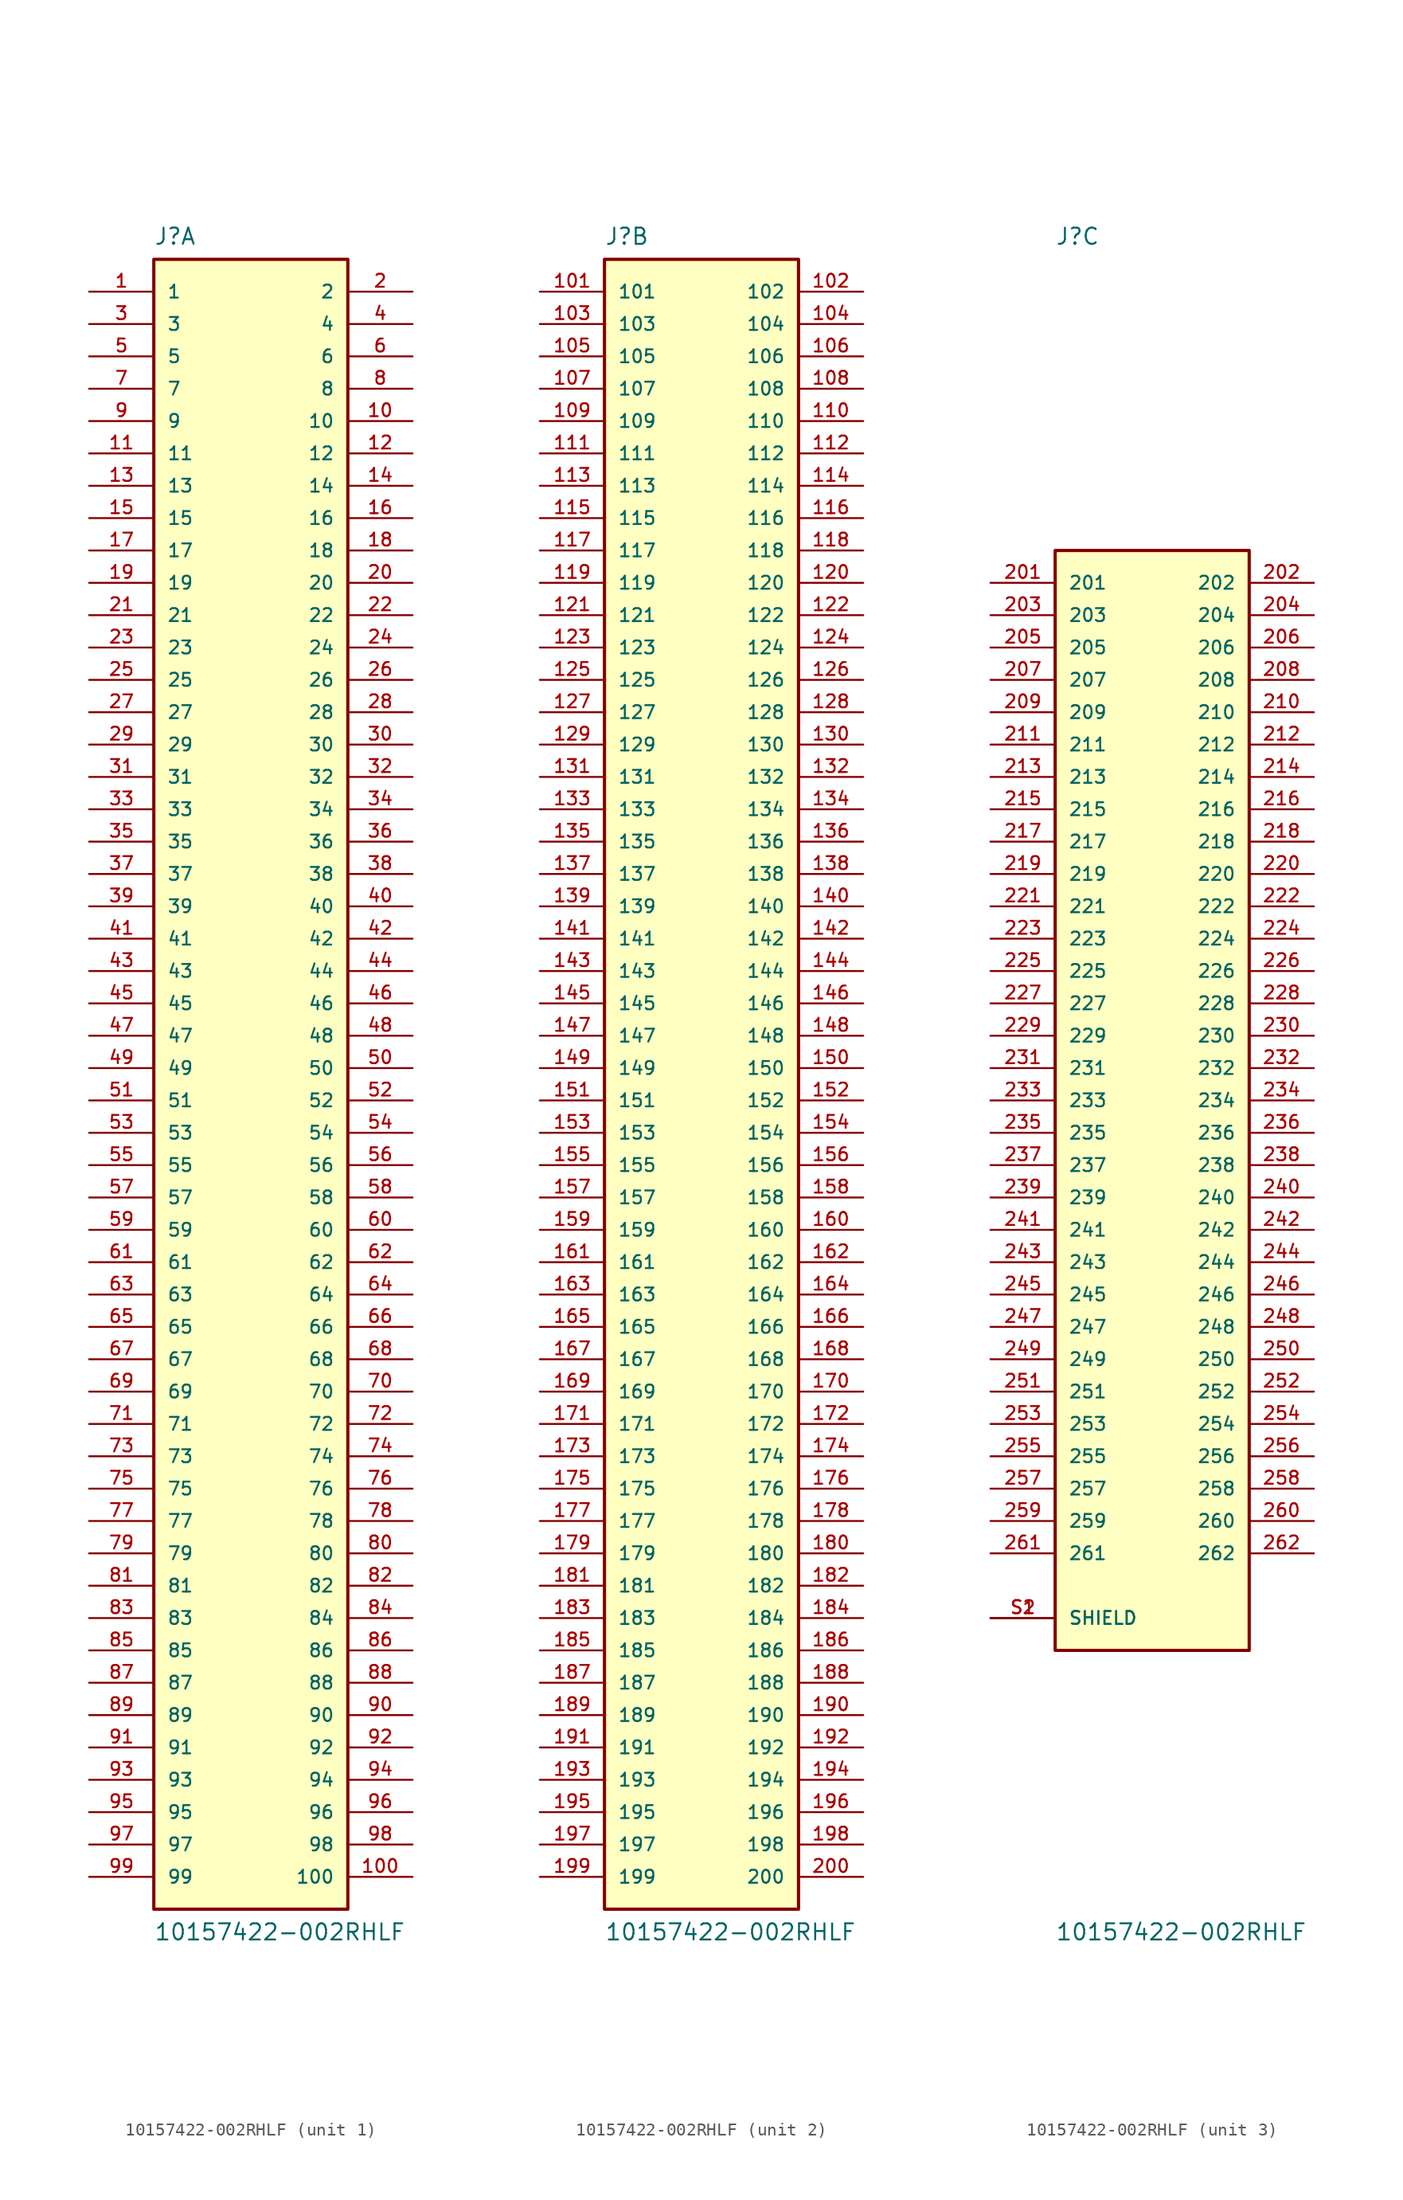
<source format=kicad_sym>
(kicad_symbol_lib
  (version 20211014)
  (generator kicad_symbol_editor)
  (symbol "10157422-002RHLF"
    (pin_names
      (offset 1.016))
    (property "Reference" "J"
      (at -7.62 68.58 0)
      (effects (font (size 1.27 1.27)) (justify top left)))
    (property "Value" "10157422-002RHLF"
      (at -7.62 -66.04 0)
      (effects (font (size 1.27 1.27)) (justify bottom left)))
    (symbol "10157422-002RHLF_1_0"
      (rectangle (start -7.62 -63.5) (end 7.62 66.04) (stroke (width 0.254)) (fill (type background)))
      (pin passive line (at -12.7 63.5 0) (length 5.08) (name "1" (effects (font (size 1.016 1.016)))) (number "1" (effects (font (size 1.016 1.016)))))
      (pin passive line (at 12.7 63.5 180.0) (length 5.08) (name "2" (effects (font (size 1.016 1.016)))) (number "2" (effects (font (size 1.016 1.016)))))
      (pin passive line (at -12.7 60.96 0) (length 5.08) (name "3" (effects (font (size 1.016 1.016)))) (number "3" (effects (font (size 1.016 1.016)))))
      (pin passive line (at 12.7 60.96 180.0) (length 5.08) (name "4" (effects (font (size 1.016 1.016)))) (number "4" (effects (font (size 1.016 1.016)))))
      (pin passive line (at -12.7 58.42 0) (length 5.08) (name "5" (effects (font (size 1.016 1.016)))) (number "5" (effects (font (size 1.016 1.016)))))
      (pin passive line (at 12.7 58.42 180.0) (length 5.08) (name "6" (effects (font (size 1.016 1.016)))) (number "6" (effects (font (size 1.016 1.016)))))
      (pin passive line (at -12.7 55.88 0) (length 5.08) (name "7" (effects (font (size 1.016 1.016)))) (number "7" (effects (font (size 1.016 1.016)))))
      (pin passive line (at 12.7 55.88 180.0) (length 5.08) (name "8" (effects (font (size 1.016 1.016)))) (number "8" (effects (font (size 1.016 1.016)))))
      (pin passive line (at -12.7 53.34 0) (length 5.08) (name "9" (effects (font (size 1.016 1.016)))) (number "9" (effects (font (size 1.016 1.016)))))
      (pin passive line (at 12.7 53.34 180.0) (length 5.08) (name "10" (effects (font (size 1.016 1.016)))) (number "10" (effects (font (size 1.016 1.016)))))
      (pin passive line (at -12.7 50.8 0) (length 5.08) (name "11" (effects (font (size 1.016 1.016)))) (number "11" (effects (font (size 1.016 1.016)))))
      (pin passive line (at 12.7 50.8 180.0) (length 5.08) (name "12" (effects (font (size 1.016 1.016)))) (number "12" (effects (font (size 1.016 1.016)))))
      (pin passive line (at -12.7 48.26 0) (length 5.08) (name "13" (effects (font (size 1.016 1.016)))) (number "13" (effects (font (size 1.016 1.016)))))
      (pin passive line (at 12.7 48.26 180.0) (length 5.08) (name "14" (effects (font (size 1.016 1.016)))) (number "14" (effects (font (size 1.016 1.016)))))
      (pin passive line (at -12.7 45.72 0) (length 5.08) (name "15" (effects (font (size 1.016 1.016)))) (number "15" (effects (font (size 1.016 1.016)))))
      (pin passive line (at 12.7 45.72 180.0) (length 5.08) (name "16" (effects (font (size 1.016 1.016)))) (number "16" (effects (font (size 1.016 1.016)))))
      (pin passive line (at -12.7 43.18 0) (length 5.08) (name "17" (effects (font (size 1.016 1.016)))) (number "17" (effects (font (size 1.016 1.016)))))
      (pin passive line (at 12.7 43.18 180.0) (length 5.08) (name "18" (effects (font (size 1.016 1.016)))) (number "18" (effects (font (size 1.016 1.016)))))
      (pin passive line (at -12.7 40.64 0) (length 5.08) (name "19" (effects (font (size 1.016 1.016)))) (number "19" (effects (font (size 1.016 1.016)))))
      (pin passive line (at 12.7 40.64 180.0) (length 5.08) (name "20" (effects (font (size 1.016 1.016)))) (number "20" (effects (font (size 1.016 1.016)))))
      (pin passive line (at -12.7 38.1 0) (length 5.08) (name "21" (effects (font (size 1.016 1.016)))) (number "21" (effects (font (size 1.016 1.016)))))
      (pin passive line (at 12.7 38.1 180.0) (length 5.08) (name "22" (effects (font (size 1.016 1.016)))) (number "22" (effects (font (size 1.016 1.016)))))
      (pin passive line (at -12.7 35.56 0) (length 5.08) (name "23" (effects (font (size 1.016 1.016)))) (number "23" (effects (font (size 1.016 1.016)))))
      (pin passive line (at 12.7 35.56 180.0) (length 5.08) (name "24" (effects (font (size 1.016 1.016)))) (number "24" (effects (font (size 1.016 1.016)))))
      (pin passive line (at -12.7 33.02 0) (length 5.08) (name "25" (effects (font (size 1.016 1.016)))) (number "25" (effects (font (size 1.016 1.016)))))
      (pin passive line (at 12.7 33.02 180.0) (length 5.08) (name "26" (effects (font (size 1.016 1.016)))) (number "26" (effects (font (size 1.016 1.016)))))
      (pin passive line (at -12.7 30.48 0) (length 5.08) (name "27" (effects (font (size 1.016 1.016)))) (number "27" (effects (font (size 1.016 1.016)))))
      (pin passive line (at 12.7 30.48 180.0) (length 5.08) (name "28" (effects (font (size 1.016 1.016)))) (number "28" (effects (font (size 1.016 1.016)))))
      (pin passive line (at -12.7 27.94 0) (length 5.08) (name "29" (effects (font (size 1.016 1.016)))) (number "29" (effects (font (size 1.016 1.016)))))
      (pin passive line (at 12.7 27.94 180.0) (length 5.08) (name "30" (effects (font (size 1.016 1.016)))) (number "30" (effects (font (size 1.016 1.016)))))
      (pin passive line (at -12.7 25.4 0) (length 5.08) (name "31" (effects (font (size 1.016 1.016)))) (number "31" (effects (font (size 1.016 1.016)))))
      (pin passive line (at 12.7 25.4 180.0) (length 5.08) (name "32" (effects (font (size 1.016 1.016)))) (number "32" (effects (font (size 1.016 1.016)))))
      (pin passive line (at -12.7 22.86 0) (length 5.08) (name "33" (effects (font (size 1.016 1.016)))) (number "33" (effects (font (size 1.016 1.016)))))
      (pin passive line (at 12.7 22.86 180.0) (length 5.08) (name "34" (effects (font (size 1.016 1.016)))) (number "34" (effects (font (size 1.016 1.016)))))
      (pin passive line (at -12.7 20.32 0) (length 5.08) (name "35" (effects (font (size 1.016 1.016)))) (number "35" (effects (font (size 1.016 1.016)))))
      (pin passive line (at 12.7 20.32 180.0) (length 5.08) (name "36" (effects (font (size 1.016 1.016)))) (number "36" (effects (font (size 1.016 1.016)))))
      (pin passive line (at -12.7 17.78 0) (length 5.08) (name "37" (effects (font (size 1.016 1.016)))) (number "37" (effects (font (size 1.016 1.016)))))
      (pin passive line (at 12.7 17.78 180.0) (length 5.08) (name "38" (effects (font (size 1.016 1.016)))) (number "38" (effects (font (size 1.016 1.016)))))
      (pin passive line (at -12.7 15.24 0) (length 5.08) (name "39" (effects (font (size 1.016 1.016)))) (number "39" (effects (font (size 1.016 1.016)))))
      (pin passive line (at 12.7 15.24 180.0) (length 5.08) (name "40" (effects (font (size 1.016 1.016)))) (number "40" (effects (font (size 1.016 1.016)))))
      (pin passive line (at -12.7 12.7 0) (length 5.08) (name "41" (effects (font (size 1.016 1.016)))) (number "41" (effects (font (size 1.016 1.016)))))
      (pin passive line (at 12.7 12.7 180.0) (length 5.08) (name "42" (effects (font (size 1.016 1.016)))) (number "42" (effects (font (size 1.016 1.016)))))
      (pin passive line (at -12.7 10.16 0) (length 5.08) (name "43" (effects (font (size 1.016 1.016)))) (number "43" (effects (font (size 1.016 1.016)))))
      (pin passive line (at 12.7 10.16 180.0) (length 5.08) (name "44" (effects (font (size 1.016 1.016)))) (number "44" (effects (font (size 1.016 1.016)))))
      (pin passive line (at -12.7 7.62 0) (length 5.08) (name "45" (effects (font (size 1.016 1.016)))) (number "45" (effects (font (size 1.016 1.016)))))
      (pin passive line (at 12.7 7.62 180.0) (length 5.08) (name "46" (effects (font (size 1.016 1.016)))) (number "46" (effects (font (size 1.016 1.016)))))
      (pin passive line (at -12.7 5.08 0) (length 5.08) (name "47" (effects (font (size 1.016 1.016)))) (number "47" (effects (font (size 1.016 1.016)))))
      (pin passive line (at 12.7 5.08 180.0) (length 5.08) (name "48" (effects (font (size 1.016 1.016)))) (number "48" (effects (font (size 1.016 1.016)))))
      (pin passive line (at -12.7 2.54 0) (length 5.08) (name "49" (effects (font (size 1.016 1.016)))) (number "49" (effects (font (size 1.016 1.016)))))
      (pin passive line (at 12.7 2.54 180.0) (length 5.08) (name "50" (effects (font (size 1.016 1.016)))) (number "50" (effects (font (size 1.016 1.016)))))
      (pin passive line (at -12.7 0.0 0) (length 5.08) (name "51" (effects (font (size 1.016 1.016)))) (number "51" (effects (font (size 1.016 1.016)))))
      (pin passive line (at 12.7 0.0 180.0) (length 5.08) (name "52" (effects (font (size 1.016 1.016)))) (number "52" (effects (font (size 1.016 1.016)))))
      (pin passive line (at -12.7 -2.54 0) (length 5.08) (name "53" (effects (font (size 1.016 1.016)))) (number "53" (effects (font (size 1.016 1.016)))))
      (pin passive line (at 12.7 -2.54 180.0) (length 5.08) (name "54" (effects (font (size 1.016 1.016)))) (number "54" (effects (font (size 1.016 1.016)))))
      (pin passive line (at -12.7 -5.08 0) (length 5.08) (name "55" (effects (font (size 1.016 1.016)))) (number "55" (effects (font (size 1.016 1.016)))))
      (pin passive line (at 12.7 -5.08 180.0) (length 5.08) (name "56" (effects (font (size 1.016 1.016)))) (number "56" (effects (font (size 1.016 1.016)))))
      (pin passive line (at -12.7 -7.62 0) (length 5.08) (name "57" (effects (font (size 1.016 1.016)))) (number "57" (effects (font (size 1.016 1.016)))))
      (pin passive line (at 12.7 -7.62 180.0) (length 5.08) (name "58" (effects (font (size 1.016 1.016)))) (number "58" (effects (font (size 1.016 1.016)))))
      (pin passive line (at -12.7 -10.16 0) (length 5.08) (name "59" (effects (font (size 1.016 1.016)))) (number "59" (effects (font (size 1.016 1.016)))))
      (pin passive line (at 12.7 -10.16 180.0) (length 5.08) (name "60" (effects (font (size 1.016 1.016)))) (number "60" (effects (font (size 1.016 1.016)))))
      (pin passive line (at -12.7 -12.7 0) (length 5.08) (name "61" (effects (font (size 1.016 1.016)))) (number "61" (effects (font (size 1.016 1.016)))))
      (pin passive line (at 12.7 -12.7 180.0) (length 5.08) (name "62" (effects (font (size 1.016 1.016)))) (number "62" (effects (font (size 1.016 1.016)))))
      (pin passive line (at -12.7 -15.24 0) (length 5.08) (name "63" (effects (font (size 1.016 1.016)))) (number "63" (effects (font (size 1.016 1.016)))))
      (pin passive line (at 12.7 -15.24 180.0) (length 5.08) (name "64" (effects (font (size 1.016 1.016)))) (number "64" (effects (font (size 1.016 1.016)))))
      (pin passive line (at -12.7 -17.78 0) (length 5.08) (name "65" (effects (font (size 1.016 1.016)))) (number "65" (effects (font (size 1.016 1.016)))))
      (pin passive line (at 12.7 -17.78 180.0) (length 5.08) (name "66" (effects (font (size 1.016 1.016)))) (number "66" (effects (font (size 1.016 1.016)))))
      (pin passive line (at -12.7 -20.32 0) (length 5.08) (name "67" (effects (font (size 1.016 1.016)))) (number "67" (effects (font (size 1.016 1.016)))))
      (pin passive line (at 12.7 -20.32 180.0) (length 5.08) (name "68" (effects (font (size 1.016 1.016)))) (number "68" (effects (font (size 1.016 1.016)))))
      (pin passive line (at -12.7 -22.86 0) (length 5.08) (name "69" (effects (font (size 1.016 1.016)))) (number "69" (effects (font (size 1.016 1.016)))))
      (pin passive line (at 12.7 -22.86 180.0) (length 5.08) (name "70" (effects (font (size 1.016 1.016)))) (number "70" (effects (font (size 1.016 1.016)))))
      (pin passive line (at -12.7 -25.4 0) (length 5.08) (name "71" (effects (font (size 1.016 1.016)))) (number "71" (effects (font (size 1.016 1.016)))))
      (pin passive line (at 12.7 -25.4 180.0) (length 5.08) (name "72" (effects (font (size 1.016 1.016)))) (number "72" (effects (font (size 1.016 1.016)))))
      (pin passive line (at -12.7 -27.94 0) (length 5.08) (name "73" (effects (font (size 1.016 1.016)))) (number "73" (effects (font (size 1.016 1.016)))))
      (pin passive line (at 12.7 -27.94 180.0) (length 5.08) (name "74" (effects (font (size 1.016 1.016)))) (number "74" (effects (font (size 1.016 1.016)))))
      (pin passive line (at -12.7 -30.48 0) (length 5.08) (name "75" (effects (font (size 1.016 1.016)))) (number "75" (effects (font (size 1.016 1.016)))))
      (pin passive line (at 12.7 -30.48 180.0) (length 5.08) (name "76" (effects (font (size 1.016 1.016)))) (number "76" (effects (font (size 1.016 1.016)))))
      (pin passive line (at -12.7 -33.02 0) (length 5.08) (name "77" (effects (font (size 1.016 1.016)))) (number "77" (effects (font (size 1.016 1.016)))))
      (pin passive line (at 12.7 -33.02 180.0) (length 5.08) (name "78" (effects (font (size 1.016 1.016)))) (number "78" (effects (font (size 1.016 1.016)))))
      (pin passive line (at -12.7 -35.56 0) (length 5.08) (name "79" (effects (font (size 1.016 1.016)))) (number "79" (effects (font (size 1.016 1.016)))))
      (pin passive line (at 12.7 -35.56 180.0) (length 5.08) (name "80" (effects (font (size 1.016 1.016)))) (number "80" (effects (font (size 1.016 1.016)))))
      (pin passive line (at -12.7 -38.1 0) (length 5.08) (name "81" (effects (font (size 1.016 1.016)))) (number "81" (effects (font (size 1.016 1.016)))))
      (pin passive line (at 12.7 -38.1 180.0) (length 5.08) (name "82" (effects (font (size 1.016 1.016)))) (number "82" (effects (font (size 1.016 1.016)))))
      (pin passive line (at -12.7 -40.64 0) (length 5.08) (name "83" (effects (font (size 1.016 1.016)))) (number "83" (effects (font (size 1.016 1.016)))))
      (pin passive line (at 12.7 -40.64 180.0) (length 5.08) (name "84" (effects (font (size 1.016 1.016)))) (number "84" (effects (font (size 1.016 1.016)))))
      (pin passive line (at -12.7 -43.18 0) (length 5.08) (name "85" (effects (font (size 1.016 1.016)))) (number "85" (effects (font (size 1.016 1.016)))))
      (pin passive line (at 12.7 -43.18 180.0) (length 5.08) (name "86" (effects (font (size 1.016 1.016)))) (number "86" (effects (font (size 1.016 1.016)))))
      (pin passive line (at -12.7 -45.72 0) (length 5.08) (name "87" (effects (font (size 1.016 1.016)))) (number "87" (effects (font (size 1.016 1.016)))))
      (pin passive line (at 12.7 -45.72 180.0) (length 5.08) (name "88" (effects (font (size 1.016 1.016)))) (number "88" (effects (font (size 1.016 1.016)))))
      (pin passive line (at -12.7 -48.26 0) (length 5.08) (name "89" (effects (font (size 1.016 1.016)))) (number "89" (effects (font (size 1.016 1.016)))))
      (pin passive line (at 12.7 -48.26 180.0) (length 5.08) (name "90" (effects (font (size 1.016 1.016)))) (number "90" (effects (font (size 1.016 1.016)))))
      (pin passive line (at -12.7 -50.8 0) (length 5.08) (name "91" (effects (font (size 1.016 1.016)))) (number "91" (effects (font (size 1.016 1.016)))))
      (pin passive line (at 12.7 -50.8 180.0) (length 5.08) (name "92" (effects (font (size 1.016 1.016)))) (number "92" (effects (font (size 1.016 1.016)))))
      (pin passive line (at -12.7 -53.34 0) (length 5.08) (name "93" (effects (font (size 1.016 1.016)))) (number "93" (effects (font (size 1.016 1.016)))))
      (pin passive line (at 12.7 -53.34 180.0) (length 5.08) (name "94" (effects (font (size 1.016 1.016)))) (number "94" (effects (font (size 1.016 1.016)))))
      (pin passive line (at -12.7 -55.88 0) (length 5.08) (name "95" (effects (font (size 1.016 1.016)))) (number "95" (effects (font (size 1.016 1.016)))))
      (pin passive line (at 12.7 -55.88 180.0) (length 5.08) (name "96" (effects (font (size 1.016 1.016)))) (number "96" (effects (font (size 1.016 1.016)))))
      (pin passive line (at -12.7 -58.42 0) (length 5.08) (name "97" (effects (font (size 1.016 1.016)))) (number "97" (effects (font (size 1.016 1.016)))))
      (pin passive line (at 12.7 -58.42 180.0) (length 5.08) (name "98" (effects (font (size 1.016 1.016)))) (number "98" (effects (font (size 1.016 1.016)))))
      (pin passive line (at -12.7 -60.96 0) (length 5.08) (name "99" (effects (font (size 1.016 1.016)))) (number "99" (effects (font (size 1.016 1.016)))))
      (pin passive line (at 12.7 -60.96 180.0) (length 5.08) (name "100" (effects (font (size 1.016 1.016)))) (number "100" (effects (font (size 1.016 1.016))))))
    (symbol "10157422-002RHLF_2_0"
      (rectangle (start -7.62 -63.5) (end 7.62 66.04) (stroke (width 0.254)) (fill (type background)))
      (pin passive line (at -12.7 63.5 0) (length 5.08) (name "101" (effects (font (size 1.016 1.016)))) (number "101" (effects (font (size 1.016 1.016)))))
      (pin passive line (at 12.7 63.5 180.0) (length 5.08) (name "102" (effects (font (size 1.016 1.016)))) (number "102" (effects (font (size 1.016 1.016)))))
      (pin passive line (at -12.7 60.96 0) (length 5.08) (name "103" (effects (font (size 1.016 1.016)))) (number "103" (effects (font (size 1.016 1.016)))))
      (pin passive line (at 12.7 60.96 180.0) (length 5.08) (name "104" (effects (font (size 1.016 1.016)))) (number "104" (effects (font (size 1.016 1.016)))))
      (pin passive line (at -12.7 58.42 0) (length 5.08) (name "105" (effects (font (size 1.016 1.016)))) (number "105" (effects (font (size 1.016 1.016)))))
      (pin passive line (at 12.7 58.42 180.0) (length 5.08) (name "106" (effects (font (size 1.016 1.016)))) (number "106" (effects (font (size 1.016 1.016)))))
      (pin passive line (at -12.7 55.88 0) (length 5.08) (name "107" (effects (font (size 1.016 1.016)))) (number "107" (effects (font (size 1.016 1.016)))))
      (pin passive line (at 12.7 55.88 180.0) (length 5.08) (name "108" (effects (font (size 1.016 1.016)))) (number "108" (effects (font (size 1.016 1.016)))))
      (pin passive line (at -12.7 53.34 0) (length 5.08) (name "109" (effects (font (size 1.016 1.016)))) (number "109" (effects (font (size 1.016 1.016)))))
      (pin passive line (at 12.7 53.34 180.0) (length 5.08) (name "110" (effects (font (size 1.016 1.016)))) (number "110" (effects (font (size 1.016 1.016)))))
      (pin passive line (at -12.7 50.8 0) (length 5.08) (name "111" (effects (font (size 1.016 1.016)))) (number "111" (effects (font (size 1.016 1.016)))))
      (pin passive line (at 12.7 50.8 180.0) (length 5.08) (name "112" (effects (font (size 1.016 1.016)))) (number "112" (effects (font (size 1.016 1.016)))))
      (pin passive line (at -12.7 48.26 0) (length 5.08) (name "113" (effects (font (size 1.016 1.016)))) (number "113" (effects (font (size 1.016 1.016)))))
      (pin passive line (at 12.7 48.26 180.0) (length 5.08) (name "114" (effects (font (size 1.016 1.016)))) (number "114" (effects (font (size 1.016 1.016)))))
      (pin passive line (at -12.7 45.72 0) (length 5.08) (name "115" (effects (font (size 1.016 1.016)))) (number "115" (effects (font (size 1.016 1.016)))))
      (pin passive line (at 12.7 45.72 180.0) (length 5.08) (name "116" (effects (font (size 1.016 1.016)))) (number "116" (effects (font (size 1.016 1.016)))))
      (pin passive line (at -12.7 43.18 0) (length 5.08) (name "117" (effects (font (size 1.016 1.016)))) (number "117" (effects (font (size 1.016 1.016)))))
      (pin passive line (at 12.7 43.18 180.0) (length 5.08) (name "118" (effects (font (size 1.016 1.016)))) (number "118" (effects (font (size 1.016 1.016)))))
      (pin passive line (at -12.7 40.64 0) (length 5.08) (name "119" (effects (font (size 1.016 1.016)))) (number "119" (effects (font (size 1.016 1.016)))))
      (pin passive line (at 12.7 40.64 180.0) (length 5.08) (name "120" (effects (font (size 1.016 1.016)))) (number "120" (effects (font (size 1.016 1.016)))))
      (pin passive line (at -12.7 38.1 0) (length 5.08) (name "121" (effects (font (size 1.016 1.016)))) (number "121" (effects (font (size 1.016 1.016)))))
      (pin passive line (at 12.7 38.1 180.0) (length 5.08) (name "122" (effects (font (size 1.016 1.016)))) (number "122" (effects (font (size 1.016 1.016)))))
      (pin passive line (at -12.7 35.56 0) (length 5.08) (name "123" (effects (font (size 1.016 1.016)))) (number "123" (effects (font (size 1.016 1.016)))))
      (pin passive line (at 12.7 35.56 180.0) (length 5.08) (name "124" (effects (font (size 1.016 1.016)))) (number "124" (effects (font (size 1.016 1.016)))))
      (pin passive line (at -12.7 33.02 0) (length 5.08) (name "125" (effects (font (size 1.016 1.016)))) (number "125" (effects (font (size 1.016 1.016)))))
      (pin passive line (at 12.7 33.02 180.0) (length 5.08) (name "126" (effects (font (size 1.016 1.016)))) (number "126" (effects (font (size 1.016 1.016)))))
      (pin passive line (at -12.7 30.48 0) (length 5.08) (name "127" (effects (font (size 1.016 1.016)))) (number "127" (effects (font (size 1.016 1.016)))))
      (pin passive line (at 12.7 30.48 180.0) (length 5.08) (name "128" (effects (font (size 1.016 1.016)))) (number "128" (effects (font (size 1.016 1.016)))))
      (pin passive line (at -12.7 27.94 0) (length 5.08) (name "129" (effects (font (size 1.016 1.016)))) (number "129" (effects (font (size 1.016 1.016)))))
      (pin passive line (at 12.7 27.94 180.0) (length 5.08) (name "130" (effects (font (size 1.016 1.016)))) (number "130" (effects (font (size 1.016 1.016)))))
      (pin passive line (at -12.7 25.4 0) (length 5.08) (name "131" (effects (font (size 1.016 1.016)))) (number "131" (effects (font (size 1.016 1.016)))))
      (pin passive line (at 12.7 25.4 180.0) (length 5.08) (name "132" (effects (font (size 1.016 1.016)))) (number "132" (effects (font (size 1.016 1.016)))))
      (pin passive line (at -12.7 22.86 0) (length 5.08) (name "133" (effects (font (size 1.016 1.016)))) (number "133" (effects (font (size 1.016 1.016)))))
      (pin passive line (at 12.7 22.86 180.0) (length 5.08) (name "134" (effects (font (size 1.016 1.016)))) (number "134" (effects (font (size 1.016 1.016)))))
      (pin passive line (at -12.7 20.32 0) (length 5.08) (name "135" (effects (font (size 1.016 1.016)))) (number "135" (effects (font (size 1.016 1.016)))))
      (pin passive line (at 12.7 20.32 180.0) (length 5.08) (name "136" (effects (font (size 1.016 1.016)))) (number "136" (effects (font (size 1.016 1.016)))))
      (pin passive line (at -12.7 17.78 0) (length 5.08) (name "137" (effects (font (size 1.016 1.016)))) (number "137" (effects (font (size 1.016 1.016)))))
      (pin passive line (at 12.7 17.78 180.0) (length 5.08) (name "138" (effects (font (size 1.016 1.016)))) (number "138" (effects (font (size 1.016 1.016)))))
      (pin passive line (at -12.7 15.24 0) (length 5.08) (name "139" (effects (font (size 1.016 1.016)))) (number "139" (effects (font (size 1.016 1.016)))))
      (pin passive line (at 12.7 15.24 180.0) (length 5.08) (name "140" (effects (font (size 1.016 1.016)))) (number "140" (effects (font (size 1.016 1.016)))))
      (pin passive line (at -12.7 12.7 0) (length 5.08) (name "141" (effects (font (size 1.016 1.016)))) (number "141" (effects (font (size 1.016 1.016)))))
      (pin passive line (at 12.7 12.7 180.0) (length 5.08) (name "142" (effects (font (size 1.016 1.016)))) (number "142" (effects (font (size 1.016 1.016)))))
      (pin passive line (at -12.7 10.16 0) (length 5.08) (name "143" (effects (font (size 1.016 1.016)))) (number "143" (effects (font (size 1.016 1.016)))))
      (pin passive line (at 12.7 10.16 180.0) (length 5.08) (name "144" (effects (font (size 1.016 1.016)))) (number "144" (effects (font (size 1.016 1.016)))))
      (pin passive line (at -12.7 7.62 0) (length 5.08) (name "145" (effects (font (size 1.016 1.016)))) (number "145" (effects (font (size 1.016 1.016)))))
      (pin passive line (at 12.7 7.62 180.0) (length 5.08) (name "146" (effects (font (size 1.016 1.016)))) (number "146" (effects (font (size 1.016 1.016)))))
      (pin passive line (at -12.7 5.08 0) (length 5.08) (name "147" (effects (font (size 1.016 1.016)))) (number "147" (effects (font (size 1.016 1.016)))))
      (pin passive line (at 12.7 5.08 180.0) (length 5.08) (name "148" (effects (font (size 1.016 1.016)))) (number "148" (effects (font (size 1.016 1.016)))))
      (pin passive line (at -12.7 2.54 0) (length 5.08) (name "149" (effects (font (size 1.016 1.016)))) (number "149" (effects (font (size 1.016 1.016)))))
      (pin passive line (at 12.7 2.54 180.0) (length 5.08) (name "150" (effects (font (size 1.016 1.016)))) (number "150" (effects (font (size 1.016 1.016)))))
      (pin passive line (at -12.7 0.0 0) (length 5.08) (name "151" (effects (font (size 1.016 1.016)))) (number "151" (effects (font (size 1.016 1.016)))))
      (pin passive line (at 12.7 0.0 180.0) (length 5.08) (name "152" (effects (font (size 1.016 1.016)))) (number "152" (effects (font (size 1.016 1.016)))))
      (pin passive line (at -12.7 -2.54 0) (length 5.08) (name "153" (effects (font (size 1.016 1.016)))) (number "153" (effects (font (size 1.016 1.016)))))
      (pin passive line (at 12.7 -2.54 180.0) (length 5.08) (name "154" (effects (font (size 1.016 1.016)))) (number "154" (effects (font (size 1.016 1.016)))))
      (pin passive line (at -12.7 -5.08 0) (length 5.08) (name "155" (effects (font (size 1.016 1.016)))) (number "155" (effects (font (size 1.016 1.016)))))
      (pin passive line (at 12.7 -5.08 180.0) (length 5.08) (name "156" (effects (font (size 1.016 1.016)))) (number "156" (effects (font (size 1.016 1.016)))))
      (pin passive line (at -12.7 -7.62 0) (length 5.08) (name "157" (effects (font (size 1.016 1.016)))) (number "157" (effects (font (size 1.016 1.016)))))
      (pin passive line (at 12.7 -7.62 180.0) (length 5.08) (name "158" (effects (font (size 1.016 1.016)))) (number "158" (effects (font (size 1.016 1.016)))))
      (pin passive line (at -12.7 -10.16 0) (length 5.08) (name "159" (effects (font (size 1.016 1.016)))) (number "159" (effects (font (size 1.016 1.016)))))
      (pin passive line (at 12.7 -10.16 180.0) (length 5.08) (name "160" (effects (font (size 1.016 1.016)))) (number "160" (effects (font (size 1.016 1.016)))))
      (pin passive line (at -12.7 -12.7 0) (length 5.08) (name "161" (effects (font (size 1.016 1.016)))) (number "161" (effects (font (size 1.016 1.016)))))
      (pin passive line (at 12.7 -12.7 180.0) (length 5.08) (name "162" (effects (font (size 1.016 1.016)))) (number "162" (effects (font (size 1.016 1.016)))))
      (pin passive line (at -12.7 -15.24 0) (length 5.08) (name "163" (effects (font (size 1.016 1.016)))) (number "163" (effects (font (size 1.016 1.016)))))
      (pin passive line (at 12.7 -15.24 180.0) (length 5.08) (name "164" (effects (font (size 1.016 1.016)))) (number "164" (effects (font (size 1.016 1.016)))))
      (pin passive line (at -12.7 -17.78 0) (length 5.08) (name "165" (effects (font (size 1.016 1.016)))) (number "165" (effects (font (size 1.016 1.016)))))
      (pin passive line (at 12.7 -17.78 180.0) (length 5.08) (name "166" (effects (font (size 1.016 1.016)))) (number "166" (effects (font (size 1.016 1.016)))))
      (pin passive line (at -12.7 -20.32 0) (length 5.08) (name "167" (effects (font (size 1.016 1.016)))) (number "167" (effects (font (size 1.016 1.016)))))
      (pin passive line (at 12.7 -20.32 180.0) (length 5.08) (name "168" (effects (font (size 1.016 1.016)))) (number "168" (effects (font (size 1.016 1.016)))))
      (pin passive line (at -12.7 -22.86 0) (length 5.08) (name "169" (effects (font (size 1.016 1.016)))) (number "169" (effects (font (size 1.016 1.016)))))
      (pin passive line (at 12.7 -22.86 180.0) (length 5.08) (name "170" (effects (font (size 1.016 1.016)))) (number "170" (effects (font (size 1.016 1.016)))))
      (pin passive line (at -12.7 -25.4 0) (length 5.08) (name "171" (effects (font (size 1.016 1.016)))) (number "171" (effects (font (size 1.016 1.016)))))
      (pin passive line (at 12.7 -25.4 180.0) (length 5.08) (name "172" (effects (font (size 1.016 1.016)))) (number "172" (effects (font (size 1.016 1.016)))))
      (pin passive line (at -12.7 -27.94 0) (length 5.08) (name "173" (effects (font (size 1.016 1.016)))) (number "173" (effects (font (size 1.016 1.016)))))
      (pin passive line (at 12.7 -27.94 180.0) (length 5.08) (name "174" (effects (font (size 1.016 1.016)))) (number "174" (effects (font (size 1.016 1.016)))))
      (pin passive line (at -12.7 -30.48 0) (length 5.08) (name "175" (effects (font (size 1.016 1.016)))) (number "175" (effects (font (size 1.016 1.016)))))
      (pin passive line (at 12.7 -30.48 180.0) (length 5.08) (name "176" (effects (font (size 1.016 1.016)))) (number "176" (effects (font (size 1.016 1.016)))))
      (pin passive line (at -12.7 -33.02 0) (length 5.08) (name "177" (effects (font (size 1.016 1.016)))) (number "177" (effects (font (size 1.016 1.016)))))
      (pin passive line (at 12.7 -33.02 180.0) (length 5.08) (name "178" (effects (font (size 1.016 1.016)))) (number "178" (effects (font (size 1.016 1.016)))))
      (pin passive line (at -12.7 -35.56 0) (length 5.08) (name "179" (effects (font (size 1.016 1.016)))) (number "179" (effects (font (size 1.016 1.016)))))
      (pin passive line (at 12.7 -35.56 180.0) (length 5.08) (name "180" (effects (font (size 1.016 1.016)))) (number "180" (effects (font (size 1.016 1.016)))))
      (pin passive line (at -12.7 -38.1 0) (length 5.08) (name "181" (effects (font (size 1.016 1.016)))) (number "181" (effects (font (size 1.016 1.016)))))
      (pin passive line (at 12.7 -38.1 180.0) (length 5.08) (name "182" (effects (font (size 1.016 1.016)))) (number "182" (effects (font (size 1.016 1.016)))))
      (pin passive line (at -12.7 -40.64 0) (length 5.08) (name "183" (effects (font (size 1.016 1.016)))) (number "183" (effects (font (size 1.016 1.016)))))
      (pin passive line (at 12.7 -40.64 180.0) (length 5.08) (name "184" (effects (font (size 1.016 1.016)))) (number "184" (effects (font (size 1.016 1.016)))))
      (pin passive line (at -12.7 -43.18 0) (length 5.08) (name "185" (effects (font (size 1.016 1.016)))) (number "185" (effects (font (size 1.016 1.016)))))
      (pin passive line (at 12.7 -43.18 180.0) (length 5.08) (name "186" (effects (font (size 1.016 1.016)))) (number "186" (effects (font (size 1.016 1.016)))))
      (pin passive line (at -12.7 -45.72 0) (length 5.08) (name "187" (effects (font (size 1.016 1.016)))) (number "187" (effects (font (size 1.016 1.016)))))
      (pin passive line (at 12.7 -45.72 180.0) (length 5.08) (name "188" (effects (font (size 1.016 1.016)))) (number "188" (effects (font (size 1.016 1.016)))))
      (pin passive line (at -12.7 -48.26 0) (length 5.08) (name "189" (effects (font (size 1.016 1.016)))) (number "189" (effects (font (size 1.016 1.016)))))
      (pin passive line (at 12.7 -48.26 180.0) (length 5.08) (name "190" (effects (font (size 1.016 1.016)))) (number "190" (effects (font (size 1.016 1.016)))))
      (pin passive line (at -12.7 -50.8 0) (length 5.08) (name "191" (effects (font (size 1.016 1.016)))) (number "191" (effects (font (size 1.016 1.016)))))
      (pin passive line (at 12.7 -50.8 180.0) (length 5.08) (name "192" (effects (font (size 1.016 1.016)))) (number "192" (effects (font (size 1.016 1.016)))))
      (pin passive line (at -12.7 -53.34 0) (length 5.08) (name "193" (effects (font (size 1.016 1.016)))) (number "193" (effects (font (size 1.016 1.016)))))
      (pin passive line (at 12.7 -53.34 180.0) (length 5.08) (name "194" (effects (font (size 1.016 1.016)))) (number "194" (effects (font (size 1.016 1.016)))))
      (pin passive line (at -12.7 -55.88 0) (length 5.08) (name "195" (effects (font (size 1.016 1.016)))) (number "195" (effects (font (size 1.016 1.016)))))
      (pin passive line (at 12.7 -55.88 180.0) (length 5.08) (name "196" (effects (font (size 1.016 1.016)))) (number "196" (effects (font (size 1.016 1.016)))))
      (pin passive line (at -12.7 -58.42 0) (length 5.08) (name "197" (effects (font (size 1.016 1.016)))) (number "197" (effects (font (size 1.016 1.016)))))
      (pin passive line (at 12.7 -58.42 180.0) (length 5.08) (name "198" (effects (font (size 1.016 1.016)))) (number "198" (effects (font (size 1.016 1.016)))))
      (pin passive line (at -12.7 -60.96 0) (length 5.08) (name "199" (effects (font (size 1.016 1.016)))) (number "199" (effects (font (size 1.016 1.016)))))
      (pin passive line (at 12.7 -60.96 180.0) (length 5.08) (name "200" (effects (font (size 1.016 1.016)))) (number "200" (effects (font (size 1.016 1.016))))))
    (symbol "10157422-002RHLF_3_0"
      (rectangle (start -7.62 -43.18) (end 7.62 43.18) (stroke (width 0.254)) (fill (type background)))
      (pin passive line (at -12.7 40.64 0) (length 5.08) (name "201" (effects (font (size 1.016 1.016)))) (number "201" (effects (font (size 1.016 1.016)))))
      (pin passive line (at 12.7 40.64 180.0) (length 5.08) (name "202" (effects (font (size 1.016 1.016)))) (number "202" (effects (font (size 1.016 1.016)))))
      (pin passive line (at -12.7 38.1 0) (length 5.08) (name "203" (effects (font (size 1.016 1.016)))) (number "203" (effects (font (size 1.016 1.016)))))
      (pin passive line (at 12.7 38.1 180.0) (length 5.08) (name "204" (effects (font (size 1.016 1.016)))) (number "204" (effects (font (size 1.016 1.016)))))
      (pin passive line (at -12.7 35.56 0) (length 5.08) (name "205" (effects (font (size 1.016 1.016)))) (number "205" (effects (font (size 1.016 1.016)))))
      (pin passive line (at 12.7 35.56 180.0) (length 5.08) (name "206" (effects (font (size 1.016 1.016)))) (number "206" (effects (font (size 1.016 1.016)))))
      (pin passive line (at -12.7 33.02 0) (length 5.08) (name "207" (effects (font (size 1.016 1.016)))) (number "207" (effects (font (size 1.016 1.016)))))
      (pin passive line (at 12.7 33.02 180.0) (length 5.08) (name "208" (effects (font (size 1.016 1.016)))) (number "208" (effects (font (size 1.016 1.016)))))
      (pin passive line (at -12.7 30.48 0) (length 5.08) (name "209" (effects (font (size 1.016 1.016)))) (number "209" (effects (font (size 1.016 1.016)))))
      (pin passive line (at 12.7 30.48 180.0) (length 5.08) (name "210" (effects (font (size 1.016 1.016)))) (number "210" (effects (font (size 1.016 1.016)))))
      (pin passive line (at -12.7 27.94 0) (length 5.08) (name "211" (effects (font (size 1.016 1.016)))) (number "211" (effects (font (size 1.016 1.016)))))
      (pin passive line (at 12.7 27.94 180.0) (length 5.08) (name "212" (effects (font (size 1.016 1.016)))) (number "212" (effects (font (size 1.016 1.016)))))
      (pin passive line (at -12.7 25.4 0) (length 5.08) (name "213" (effects (font (size 1.016 1.016)))) (number "213" (effects (font (size 1.016 1.016)))))
      (pin passive line (at 12.7 25.4 180.0) (length 5.08) (name "214" (effects (font (size 1.016 1.016)))) (number "214" (effects (font (size 1.016 1.016)))))
      (pin passive line (at -12.7 22.86 0) (length 5.08) (name "215" (effects (font (size 1.016 1.016)))) (number "215" (effects (font (size 1.016 1.016)))))
      (pin passive line (at 12.7 22.86 180.0) (length 5.08) (name "216" (effects (font (size 1.016 1.016)))) (number "216" (effects (font (size 1.016 1.016)))))
      (pin passive line (at -12.7 20.32 0) (length 5.08) (name "217" (effects (font (size 1.016 1.016)))) (number "217" (effects (font (size 1.016 1.016)))))
      (pin passive line (at 12.7 20.32 180.0) (length 5.08) (name "218" (effects (font (size 1.016 1.016)))) (number "218" (effects (font (size 1.016 1.016)))))
      (pin passive line (at -12.7 17.78 0) (length 5.08) (name "219" (effects (font (size 1.016 1.016)))) (number "219" (effects (font (size 1.016 1.016)))))
      (pin passive line (at 12.7 17.78 180.0) (length 5.08) (name "220" (effects (font (size 1.016 1.016)))) (number "220" (effects (font (size 1.016 1.016)))))
      (pin passive line (at -12.7 15.24 0) (length 5.08) (name "221" (effects (font (size 1.016 1.016)))) (number "221" (effects (font (size 1.016 1.016)))))
      (pin passive line (at 12.7 15.24 180.0) (length 5.08) (name "222" (effects (font (size 1.016 1.016)))) (number "222" (effects (font (size 1.016 1.016)))))
      (pin passive line (at -12.7 12.7 0) (length 5.08) (name "223" (effects (font (size 1.016 1.016)))) (number "223" (effects (font (size 1.016 1.016)))))
      (pin passive line (at 12.7 12.7 180.0) (length 5.08) (name "224" (effects (font (size 1.016 1.016)))) (number "224" (effects (font (size 1.016 1.016)))))
      (pin passive line (at -12.7 10.16 0) (length 5.08) (name "225" (effects (font (size 1.016 1.016)))) (number "225" (effects (font (size 1.016 1.016)))))
      (pin passive line (at 12.7 10.16 180.0) (length 5.08) (name "226" (effects (font (size 1.016 1.016)))) (number "226" (effects (font (size 1.016 1.016)))))
      (pin passive line (at -12.7 7.62 0) (length 5.08) (name "227" (effects (font (size 1.016 1.016)))) (number "227" (effects (font (size 1.016 1.016)))))
      (pin passive line (at 12.7 7.62 180.0) (length 5.08) (name "228" (effects (font (size 1.016 1.016)))) (number "228" (effects (font (size 1.016 1.016)))))
      (pin passive line (at -12.7 5.08 0) (length 5.08) (name "229" (effects (font (size 1.016 1.016)))) (number "229" (effects (font (size 1.016 1.016)))))
      (pin passive line (at 12.7 5.08 180.0) (length 5.08) (name "230" (effects (font (size 1.016 1.016)))) (number "230" (effects (font (size 1.016 1.016)))))
      (pin passive line (at -12.7 2.54 0) (length 5.08) (name "231" (effects (font (size 1.016 1.016)))) (number "231" (effects (font (size 1.016 1.016)))))
      (pin passive line (at 12.7 2.54 180.0) (length 5.08) (name "232" (effects (font (size 1.016 1.016)))) (number "232" (effects (font (size 1.016 1.016)))))
      (pin passive line (at -12.7 0.0 0) (length 5.08) (name "233" (effects (font (size 1.016 1.016)))) (number "233" (effects (font (size 1.016 1.016)))))
      (pin passive line (at 12.7 0.0 180.0) (length 5.08) (name "234" (effects (font (size 1.016 1.016)))) (number "234" (effects (font (size 1.016 1.016)))))
      (pin passive line (at -12.7 -2.54 0) (length 5.08) (name "235" (effects (font (size 1.016 1.016)))) (number "235" (effects (font (size 1.016 1.016)))))
      (pin passive line (at 12.7 -2.54 180.0) (length 5.08) (name "236" (effects (font (size 1.016 1.016)))) (number "236" (effects (font (size 1.016 1.016)))))
      (pin passive line (at -12.7 -5.08 0) (length 5.08) (name "237" (effects (font (size 1.016 1.016)))) (number "237" (effects (font (size 1.016 1.016)))))
      (pin passive line (at 12.7 -5.08 180.0) (length 5.08) (name "238" (effects (font (size 1.016 1.016)))) (number "238" (effects (font (size 1.016 1.016)))))
      (pin passive line (at -12.7 -7.62 0) (length 5.08) (name "239" (effects (font (size 1.016 1.016)))) (number "239" (effects (font (size 1.016 1.016)))))
      (pin passive line (at 12.7 -7.62 180.0) (length 5.08) (name "240" (effects (font (size 1.016 1.016)))) (number "240" (effects (font (size 1.016 1.016)))))
      (pin passive line (at -12.7 -10.16 0) (length 5.08) (name "241" (effects (font (size 1.016 1.016)))) (number "241" (effects (font (size 1.016 1.016)))))
      (pin passive line (at 12.7 -10.16 180.0) (length 5.08) (name "242" (effects (font (size 1.016 1.016)))) (number "242" (effects (font (size 1.016 1.016)))))
      (pin passive line (at -12.7 -12.7 0) (length 5.08) (name "243" (effects (font (size 1.016 1.016)))) (number "243" (effects (font (size 1.016 1.016)))))
      (pin passive line (at 12.7 -12.7 180.0) (length 5.08) (name "244" (effects (font (size 1.016 1.016)))) (number "244" (effects (font (size 1.016 1.016)))))
      (pin passive line (at -12.7 -15.24 0) (length 5.08) (name "245" (effects (font (size 1.016 1.016)))) (number "245" (effects (font (size 1.016 1.016)))))
      (pin passive line (at 12.7 -15.24 180.0) (length 5.08) (name "246" (effects (font (size 1.016 1.016)))) (number "246" (effects (font (size 1.016 1.016)))))
      (pin passive line (at -12.7 -17.78 0) (length 5.08) (name "247" (effects (font (size 1.016 1.016)))) (number "247" (effects (font (size 1.016 1.016)))))
      (pin passive line (at 12.7 -17.78 180.0) (length 5.08) (name "248" (effects (font (size 1.016 1.016)))) (number "248" (effects (font (size 1.016 1.016)))))
      (pin passive line (at -12.7 -20.32 0) (length 5.08) (name "249" (effects (font (size 1.016 1.016)))) (number "249" (effects (font (size 1.016 1.016)))))
      (pin passive line (at 12.7 -20.32 180.0) (length 5.08) (name "250" (effects (font (size 1.016 1.016)))) (number "250" (effects (font (size 1.016 1.016)))))
      (pin passive line (at -12.7 -22.86 0) (length 5.08) (name "251" (effects (font (size 1.016 1.016)))) (number "251" (effects (font (size 1.016 1.016)))))
      (pin passive line (at 12.7 -22.86 180.0) (length 5.08) (name "252" (effects (font (size 1.016 1.016)))) (number "252" (effects (font (size 1.016 1.016)))))
      (pin passive line (at -12.7 -25.4 0) (length 5.08) (name "253" (effects (font (size 1.016 1.016)))) (number "253" (effects (font (size 1.016 1.016)))))
      (pin passive line (at 12.7 -25.4 180.0) (length 5.08) (name "254" (effects (font (size 1.016 1.016)))) (number "254" (effects (font (size 1.016 1.016)))))
      (pin passive line (at -12.7 -27.94 0) (length 5.08) (name "255" (effects (font (size 1.016 1.016)))) (number "255" (effects (font (size 1.016 1.016)))))
      (pin passive line (at 12.7 -27.94 180.0) (length 5.08) (name "256" (effects (font (size 1.016 1.016)))) (number "256" (effects (font (size 1.016 1.016)))))
      (pin passive line (at -12.7 -30.48 0) (length 5.08) (name "257" (effects (font (size 1.016 1.016)))) (number "257" (effects (font (size 1.016 1.016)))))
      (pin passive line (at 12.7 -30.48 180.0) (length 5.08) (name "258" (effects (font (size 1.016 1.016)))) (number "258" (effects (font (size 1.016 1.016)))))
      (pin passive line (at -12.7 -33.02 0) (length 5.08) (name "259" (effects (font (size 1.016 1.016)))) (number "259" (effects (font (size 1.016 1.016)))))
      (pin passive line (at 12.7 -33.02 180.0) (length 5.08) (name "260" (effects (font (size 1.016 1.016)))) (number "260" (effects (font (size 1.016 1.016)))))
      (pin passive line (at -12.7 -35.56 0) (length 5.08) (name "261" (effects (font (size 1.016 1.016)))) (number "261" (effects (font (size 1.016 1.016)))))
      (pin passive line (at 12.7 -35.56 180.0) (length 5.08) (name "262" (effects (font (size 1.016 1.016)))) (number "262" (effects (font (size 1.016 1.016)))))
      (pin passive line (at -12.7 -40.64 0) (length 5.08) (name "SHIELD" (effects (font (size 1.016 1.016)))) (number "S1" (effects (font (size 1.016 1.016)))))
      (pin passive line (at -12.7 -40.64 0) (length 5.08) (name "SHIELD" (effects (font (size 1.016 1.016)))) (number "S2" (effects (font (size 1.016 1.016))))))))
</source>
